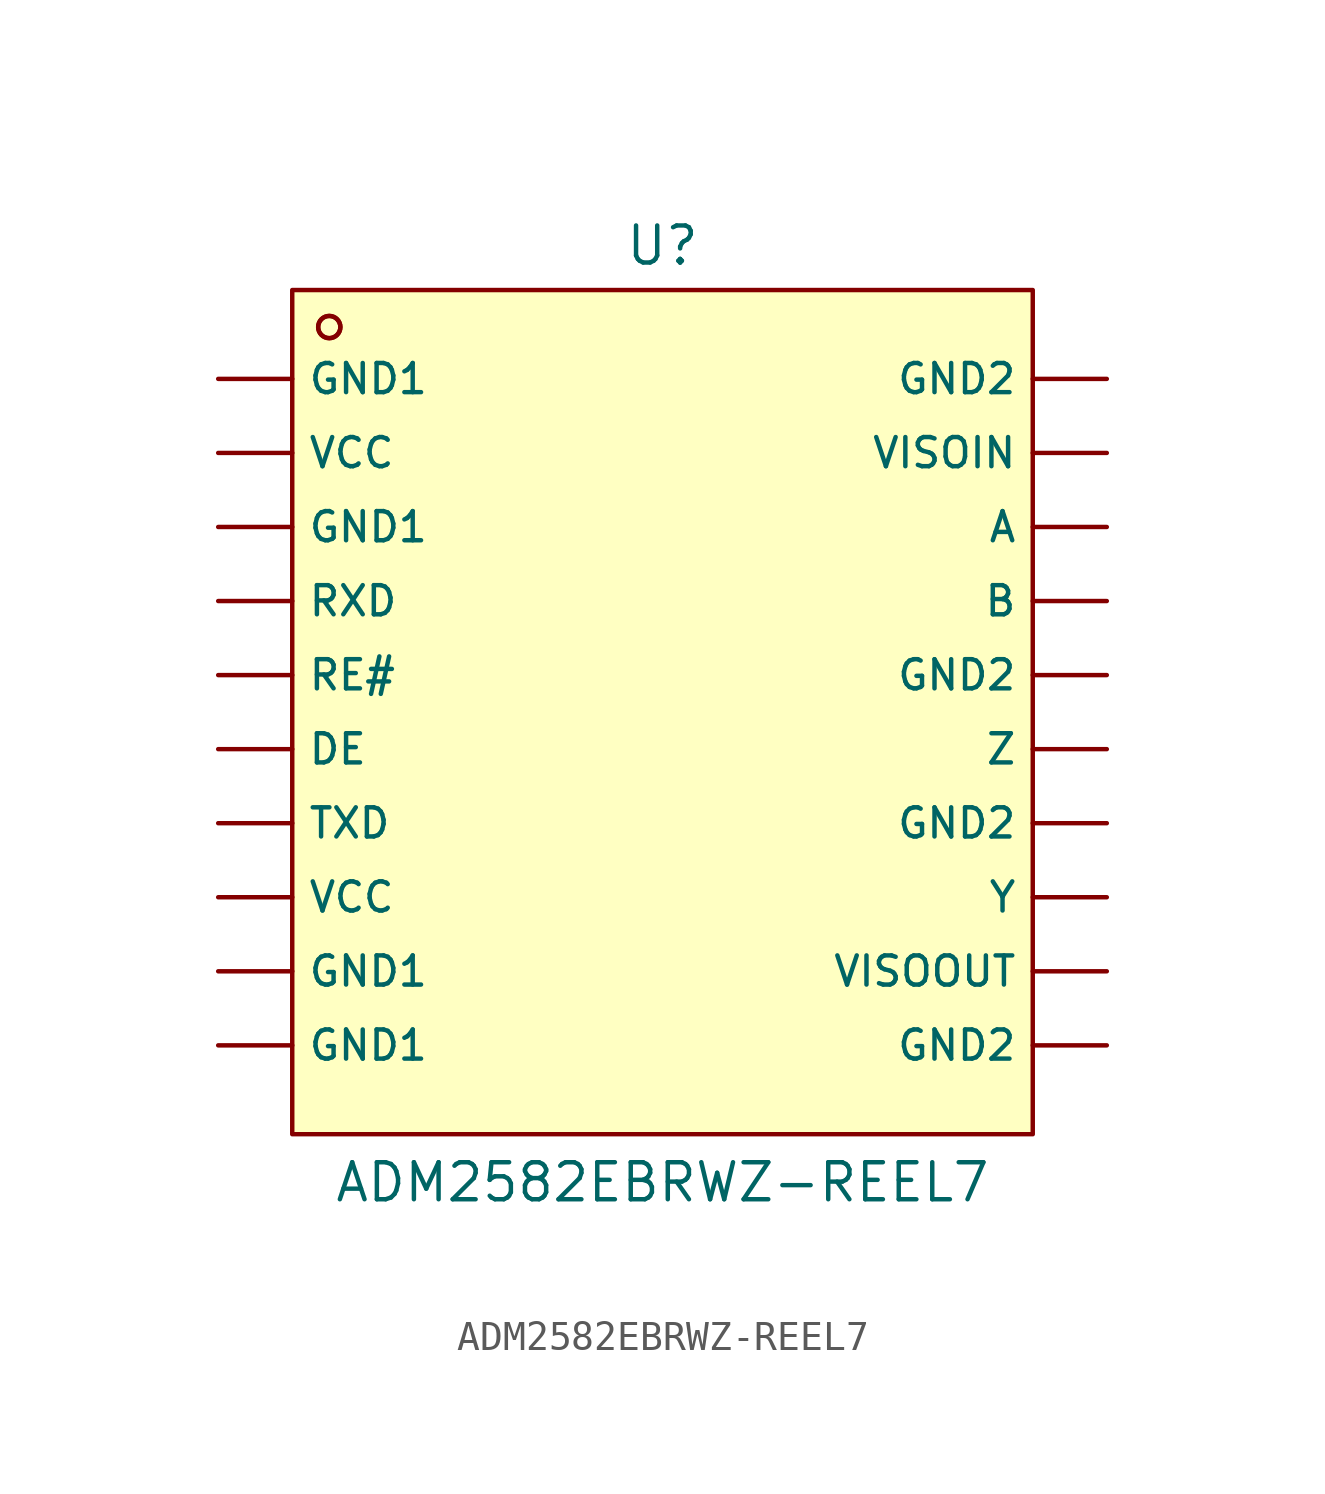
<source format=kicad_sym>
(kicad_symbol_lib
  (version 20220914)
  (generator kicad_symbol_editor)
  (symbol "ADM2582EBRWZ-REEL7"
    (pin_numbers hide)
    (property "Reference" "U"
      (at 0 16.002 0)
      (effects (font (size 1.27 1.27))))
    (property "Value" "ADM2582EBRWZ-REEL7"
      (at 0 -16.129 0)
      (effects (font (size 1.27 1.27))))
    (symbol "ADM2582EBRWZ-REEL7_0_1"
      (rectangle (start -12.7 14.478) (end 12.7 -14.478) (stroke (width 0) (type default)) (fill (type background)))
      (circle (center -11.43 13.208) (radius 0.381) (stroke (width 0) (type default)) (fill (type background)))
      (circle (center -11.43 13.208) (radius 0.381) (stroke (width 0) (type default)) (fill (type background)))
      (pin unspecified line (at -15.24 11.43 0) (length 2.54) (name "GND1" (effects (font (size 1 1)))) (number "1" (effects (font (size 1 1)))))
      (pin unspecified line (at -15.24 -11.43 0) (length 2.54) (name "GND1" (effects (font (size 1 1)))) (number "10" (effects (font (size 1 1)))))
      (pin unspecified line (at 15.24 -11.43 180) (length 2.54) (name "GND2" (effects (font (size 1 1)))) (number "11" (effects (font (size 1 1)))))
      (pin unspecified line (at 15.24 -8.89 180) (length 2.54) (name "VISOOUT" (effects (font (size 1 1)))) (number "12" (effects (font (size 1 1)))))
      (pin unspecified line (at 15.24 -6.35 180) (length 2.54) (name "Y" (effects (font (size 1 1)))) (number "13" (effects (font (size 1 1)))))
      (pin unspecified line (at 15.24 -3.81 180) (length 2.54) (name "GND2" (effects (font (size 1 1)))) (number "14" (effects (font (size 1 1)))))
      (pin unspecified line (at 15.24 -1.27 180) (length 2.54) (name "Z" (effects (font (size 1 1)))) (number "15" (effects (font (size 1 1)))))
      (pin unspecified line (at 15.24 1.27 180) (length 2.54) (name "GND2" (effects (font (size 1 1)))) (number "16" (effects (font (size 1 1)))))
      (pin unspecified line (at 15.24 3.81 180) (length 2.54) (name "B" (effects (font (size 1 1)))) (number "17" (effects (font (size 1 1)))))
      (pin unspecified line (at 15.24 6.35 180) (length 2.54) (name "A" (effects (font (size 1 1)))) (number "18" (effects (font (size 1 1)))))
      (pin unspecified line (at 15.24 8.89 180) (length 2.54) (name "VISOIN" (effects (font (size 1 1)))) (number "19" (effects (font (size 1 1)))))
      (pin unspecified line (at -15.24 8.89 0) (length 2.54) (name "VCC" (effects (font (size 1 1)))) (number "2" (effects (font (size 1 1)))))
      (pin unspecified line (at 15.24 11.43 180) (length 2.54) (name "GND2" (effects (font (size 1 1)))) (number "20" (effects (font (size 1 1)))))
      (pin unspecified line (at -15.24 6.35 0) (length 2.54) (name "GND1" (effects (font (size 1 1)))) (number "3" (effects (font (size 1 1)))))
      (pin unspecified line (at -15.24 3.81 0) (length 2.54) (name "RXD" (effects (font (size 1 1)))) (number "4" (effects (font (size 1 1)))))
      (pin unspecified line (at -15.24 1.27 0) (length 2.54) (name "RE#" (effects (font (size 1 1)))) (number "5" (effects (font (size 1 1)))))
      (pin unspecified line (at -15.24 -1.27 0) (length 2.54) (name "DE" (effects (font (size 1 1)))) (number "6" (effects (font (size 1 1)))))
      (pin unspecified line (at -15.24 -3.81 0) (length 2.54) (name "TXD" (effects (font (size 1 1)))) (number "7" (effects (font (size 1 1)))))
      (pin unspecified line (at -15.24 -6.35 0) (length 2.54) (name "VCC" (effects (font (size 1 1)))) (number "8" (effects (font (size 1 1)))))
      (pin unspecified line (at -15.24 -8.89 0) (length 2.54) (name "GND1" (effects (font (size 1 1)))) (number "9" (effects (font (size 1 1))))))))
</source>
